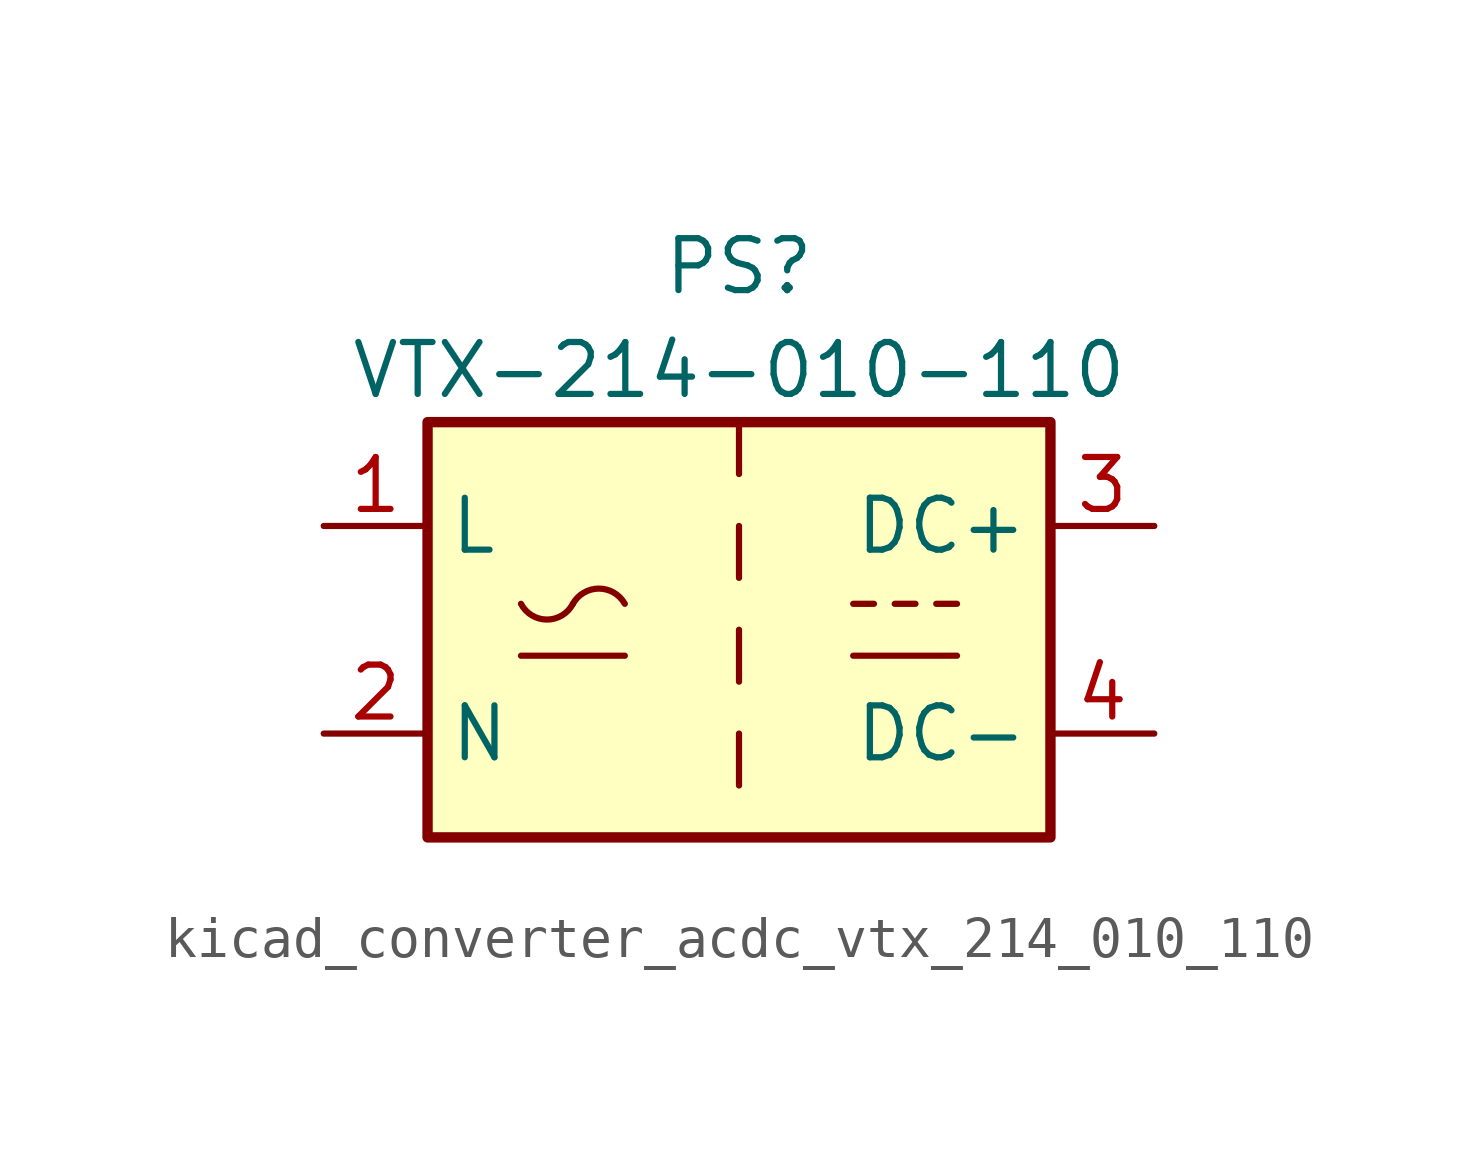
<source format=kicad_sym>
(kicad_symbol_lib
  (version 20220914)
  (generator kicad_symbol_editor)
  (symbol "kicad_converter_acdc_vtx_214_010_110"
    (property "Reference" "PS"
      (at 0 8.89 0)
      (effects (font (size 1.27 1.27))))
    (property "Value" "VTX-214-010-110"
      (at 0 6.35 0)
      (effects (font (size 1.27 1.27))))
    (symbol "kicad_converter_acdc_vtx_214_010_110_0_1"
      (rectangle (start -7.62 5.08) (end 7.62 -5.08) (stroke (width 0.254) (type default)) (fill (type background)))
      (arc (start -5.334 0.635) (mid -4.699 0.2495) (end -4.064 0.635) (stroke (width 0) (type default)) (fill (type none)))
      (arc (start -2.794 0.635) (mid -3.429 1.0072) (end -4.064 0.635) (stroke (width 0) (type default)) (fill (type none)))
      (polyline (pts (xy -5.334 -0.635) (xy -2.794 -0.635)) (stroke (width 0) (type default)) (fill (type none)))
      (polyline (pts (xy 2.794 -0.635) (xy 5.334 -0.635)) (stroke (width 0) (type default)) (fill (type none)))
      (polyline (pts (xy 2.794 0.635) (xy 3.302 0.635)) (stroke (width 0) (type default)) (fill (type none)))
      (polyline (pts (xy 3.81 0.635) (xy 4.318 0.635)) (stroke (width 0) (type default)) (fill (type none)))
      (polyline (pts (xy 4.826 0.635) (xy 5.334 0.635)) (stroke (width 0) (type default)) (fill (type none))))
    (symbol "kicad_converter_acdc_vtx_214_010_110_1_1"
      (polyline (pts (xy 0 -2.54) (xy 0 -3.81)) (stroke (width 0) (type default)) (fill (type none)))
      (polyline (pts (xy 0 0) (xy 0 -1.27)) (stroke (width 0) (type default)) (fill (type none)))
      (polyline (pts (xy 0 2.54) (xy 0 1.27)) (stroke (width 0) (type default)) (fill (type none)))
      (polyline (pts (xy 0 5.08) (xy 0 3.81)) (stroke (width 0) (type default)) (fill (type none)))
      (pin power_in line (at -10.16 2.54 0) (length 2.54) (name "L" (effects (font (size 1.27 1.27)))) (number "1" (effects (font (size 1.27 1.27)))))
      (pin power_in line (at -10.16 -2.54 0) (length 2.54) (name "N" (effects (font (size 1.27 1.27)))) (number "2" (effects (font (size 1.27 1.27)))))
      (pin power_out line (at 10.16 2.54 180) (length 2.54) (name "DC+" (effects (font (size 1.27 1.27)))) (number "3" (effects (font (size 1.27 1.27)))))
      (pin power_out line (at 10.16 -2.54 180) (length 2.54) (name "DC-" (effects (font (size 1.27 1.27)))) (number "4" (effects (font (size 1.27 1.27))))))))
</source>
